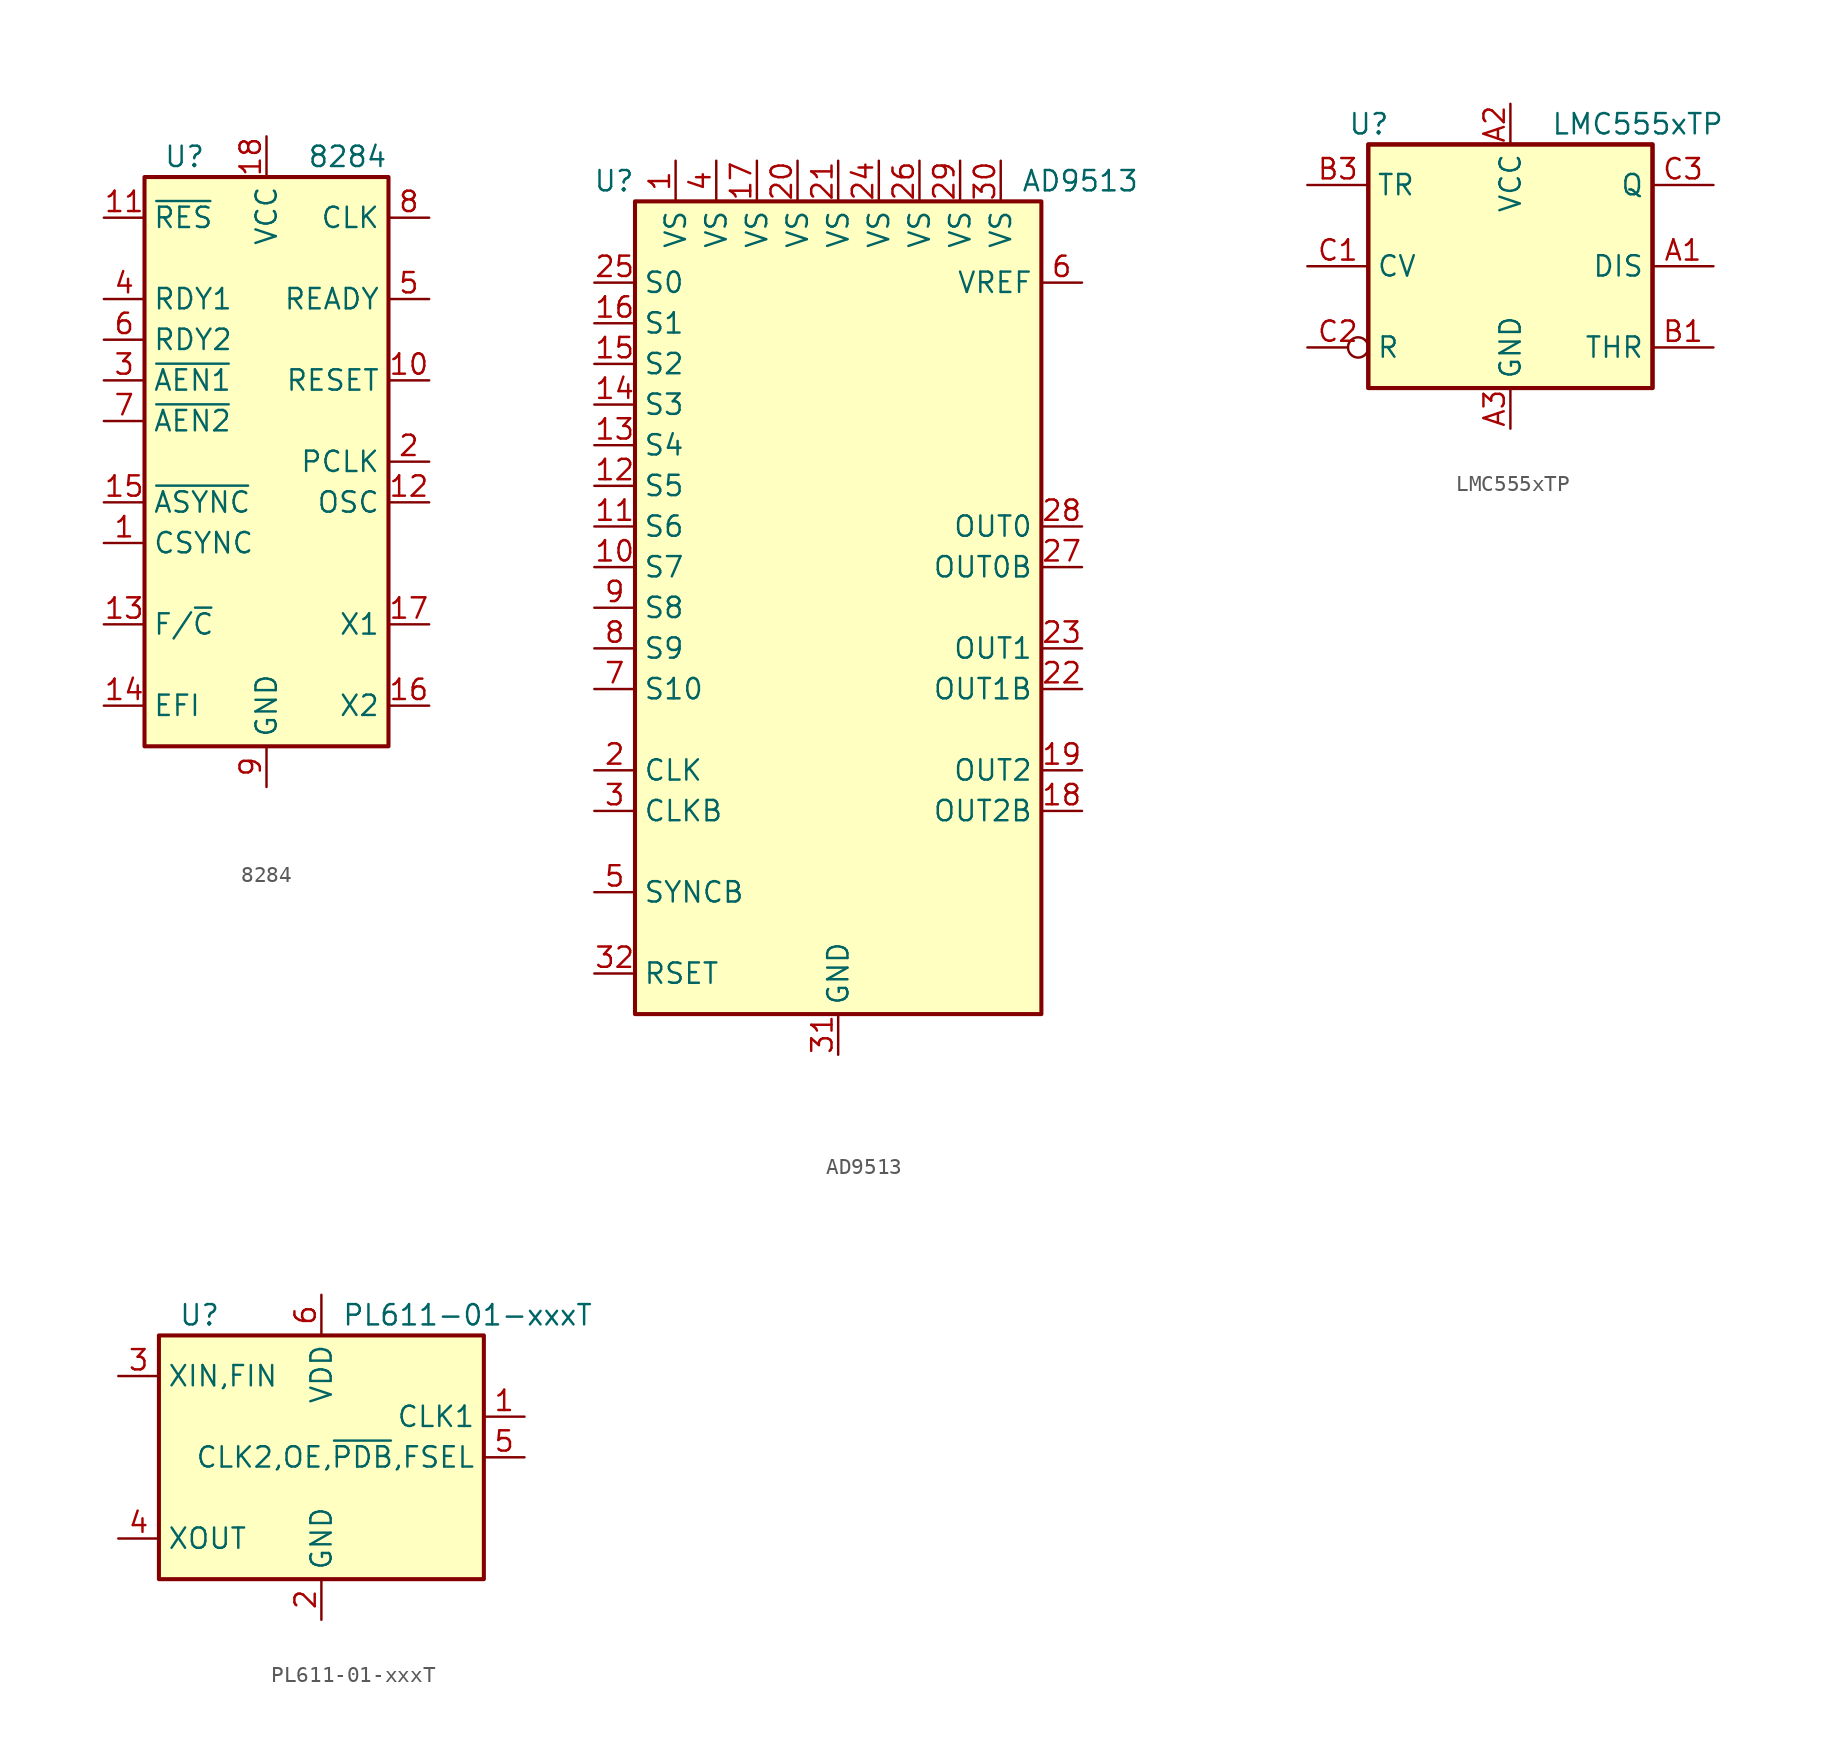
<source format=kicad_sym>
(kicad_symbol_lib
  (version 20201005)
  (generator kicad_symbol_editor)
  (symbol "Timer:8284"
    (property "Reference" "U"
      (at -3.81 19.05 0)
      (effects (font (size 1.27 1.27)) (justify right)))
    (property "Value" "8284"
      (at 2.54 19.05 0)
      (effects (font (size 1.27 1.27)) (justify left)))
    (symbol "8284_0_0"
      (rectangle (start -7.62 -17.78) (end 7.62 17.78) (stroke (width 0.254)) (fill (type background))))
    (symbol "8284_1_1"
      (pin input line (at -10.16 -5.08 0) (length 2.54) (name "CSYNC" (effects (font (size 1.27 1.27)))) (number "1" (effects (font (size 1.27 1.27)))))
      (pin output line (at 10.16 5.08 180) (length 2.54) (name "RESET" (effects (font (size 1.27 1.27)))) (number "10" (effects (font (size 1.27 1.27)))))
      (pin input line (at -10.16 15.24 0) (length 2.54) (name "~RES" (effects (font (size 1.27 1.27)))) (number "11" (effects (font (size 1.27 1.27)))))
      (pin output line (at 10.16 -2.54 180) (length 2.54) (name "OSC" (effects (font (size 1.27 1.27)))) (number "12" (effects (font (size 1.27 1.27)))))
      (pin input line (at -10.16 -10.16 0) (length 2.54) (name "F/~C" (effects (font (size 1.27 1.27)))) (number "13" (effects (font (size 1.27 1.27)))))
      (pin input line (at -10.16 -15.24 0) (length 2.54) (name "EFI" (effects (font (size 1.27 1.27)))) (number "14" (effects (font (size 1.27 1.27)))))
      (pin input line (at -10.16 -2.54 0) (length 2.54) (name "~ASYNC" (effects (font (size 1.27 1.27)))) (number "15" (effects (font (size 1.27 1.27)))))
      (pin output line (at 10.16 -15.24 180) (length 2.54) (name "X2" (effects (font (size 1.27 1.27)))) (number "16" (effects (font (size 1.27 1.27)))))
      (pin input line (at 10.16 -10.16 180) (length 2.54) (name "X1" (effects (font (size 1.27 1.27)))) (number "17" (effects (font (size 1.27 1.27)))))
      (pin power_in line (at 0 20.32 270) (length 2.54) (name "VCC" (effects (font (size 1.27 1.27)))) (number "18" (effects (font (size 1.27 1.27)))))
      (pin output line (at 10.16 0 180) (length 2.54) (name "PCLK" (effects (font (size 1.27 1.27)))) (number "2" (effects (font (size 1.27 1.27)))))
      (pin input line (at -10.16 5.08 0) (length 2.54) (name "~AEN1" (effects (font (size 1.27 1.27)))) (number "3" (effects (font (size 1.27 1.27)))))
      (pin input line (at -10.16 10.16 0) (length 2.54) (name "RDY1" (effects (font (size 1.27 1.27)))) (number "4" (effects (font (size 1.27 1.27)))))
      (pin output line (at 10.16 10.16 180) (length 2.54) (name "READY" (effects (font (size 1.27 1.27)))) (number "5" (effects (font (size 1.27 1.27)))))
      (pin input line (at -10.16 7.62 0) (length 2.54) (name "RDY2" (effects (font (size 1.27 1.27)))) (number "6" (effects (font (size 1.27 1.27)))))
      (pin input line (at -10.16 2.54 0) (length 2.54) (name "~AEN2" (effects (font (size 1.27 1.27)))) (number "7" (effects (font (size 1.27 1.27)))))
      (pin output line (at 10.16 15.24 180) (length 2.54) (name "CLK" (effects (font (size 1.27 1.27)))) (number "8" (effects (font (size 1.27 1.27)))))
      (pin power_in line (at 0 -20.32 90) (length 2.54) (name "GND" (effects (font (size 1.27 1.27)))) (number "9" (effects (font (size 1.27 1.27)))))))
  (symbol "Timer:AD9513"
    (property "Reference" "U"
      (at -12.7 26.67 0)
      (effects (font (size 1.27 1.27)) (justify right)))
    (property "Value" "AD9513"
      (at 11.43 26.67 0)
      (effects (font (size 1.27 1.27)) (justify left)))
    (symbol "AD9513_0_1"
      (rectangle (start -12.7 25.4) (end 12.7 -25.4) (stroke (width 0.254)) (fill (type background))))
    (symbol "AD9513_1_1"
      (pin power_in line (at -10.16 27.94 270) (length 2.54) (name "VS" (effects (font (size 1.27 1.27)))) (number "1" (effects (font (size 1.27 1.27)))))
      (pin input line (at -15.24 2.54 0) (length 2.54) (name "S7" (effects (font (size 1.27 1.27)))) (number "10" (effects (font (size 1.27 1.27)))))
      (pin input line (at -15.24 5.08 0) (length 2.54) (name "S6" (effects (font (size 1.27 1.27)))) (number "11" (effects (font (size 1.27 1.27)))))
      (pin input line (at -15.24 7.62 0) (length 2.54) (name "S5" (effects (font (size 1.27 1.27)))) (number "12" (effects (font (size 1.27 1.27)))))
      (pin input line (at -15.24 10.16 0) (length 2.54) (name "S4" (effects (font (size 1.27 1.27)))) (number "13" (effects (font (size 1.27 1.27)))))
      (pin input line (at -15.24 12.7 0) (length 2.54) (name "S3" (effects (font (size 1.27 1.27)))) (number "14" (effects (font (size 1.27 1.27)))))
      (pin input line (at -15.24 15.24 0) (length 2.54) (name "S2" (effects (font (size 1.27 1.27)))) (number "15" (effects (font (size 1.27 1.27)))))
      (pin input line (at -15.24 17.78 0) (length 2.54) (name "S1" (effects (font (size 1.27 1.27)))) (number "16" (effects (font (size 1.27 1.27)))))
      (pin power_in line (at -5.08 27.94 270) (length 2.54) (name "VS" (effects (font (size 1.27 1.27)))) (number "17" (effects (font (size 1.27 1.27)))))
      (pin output line (at 15.24 -12.7 180) (length 2.54) (name "OUT2B" (effects (font (size 1.27 1.27)))) (number "18" (effects (font (size 1.27 1.27)))))
      (pin output line (at 15.24 -10.16 180) (length 2.54) (name "OUT2" (effects (font (size 1.27 1.27)))) (number "19" (effects (font (size 1.27 1.27)))))
      (pin input line (at -15.24 -10.16 0) (length 2.54) (name "CLK" (effects (font (size 1.27 1.27)))) (number "2" (effects (font (size 1.27 1.27)))))
      (pin power_in line (at -2.54 27.94 270) (length 2.54) (name "VS" (effects (font (size 1.27 1.27)))) (number "20" (effects (font (size 1.27 1.27)))))
      (pin power_in line (at 0 27.94 270) (length 2.54) (name "VS" (effects (font (size 1.27 1.27)))) (number "21" (effects (font (size 1.27 1.27)))))
      (pin output line (at 15.24 -5.08 180) (length 2.54) (name "OUT1B" (effects (font (size 1.27 1.27)))) (number "22" (effects (font (size 1.27 1.27)))))
      (pin output line (at 15.24 -2.54 180) (length 2.54) (name "OUT1" (effects (font (size 1.27 1.27)))) (number "23" (effects (font (size 1.27 1.27)))))
      (pin power_in line (at 2.54 27.94 270) (length 2.54) (name "VS" (effects (font (size 1.27 1.27)))) (number "24" (effects (font (size 1.27 1.27)))))
      (pin input line (at -15.24 20.32 0) (length 2.54) (name "S0" (effects (font (size 1.27 1.27)))) (number "25" (effects (font (size 1.27 1.27)))))
      (pin power_in line (at 5.08 27.94 270) (length 2.54) (name "VS" (effects (font (size 1.27 1.27)))) (number "26" (effects (font (size 1.27 1.27)))))
      (pin output line (at 15.24 2.54 180) (length 2.54) (name "OUT0B" (effects (font (size 1.27 1.27)))) (number "27" (effects (font (size 1.27 1.27)))))
      (pin output line (at 15.24 5.08 180) (length 2.54) (name "OUT0" (effects (font (size 1.27 1.27)))) (number "28" (effects (font (size 1.27 1.27)))))
      (pin power_in line (at 7.62 27.94 270) (length 2.54) (name "VS" (effects (font (size 1.27 1.27)))) (number "29" (effects (font (size 1.27 1.27)))))
      (pin input line (at -15.24 -12.7 0) (length 2.54) (name "CLKB" (effects (font (size 1.27 1.27)))) (number "3" (effects (font (size 1.27 1.27)))))
      (pin power_in line (at 10.16 27.94 270) (length 2.54) (name "VS" (effects (font (size 1.27 1.27)))) (number "30" (effects (font (size 1.27 1.27)))))
      (pin power_in line (at 0 -27.94 90) (length 2.54) (name "GND" (effects (font (size 1.27 1.27)))) (number "31" (effects (font (size 1.27 1.27)))))
      (pin passive line (at -15.24 -22.86 0) (length 2.54) (name "RSET" (effects (font (size 1.27 1.27)))) (number "32" (effects (font (size 1.27 1.27)))))
      (pin passive line (at 0 -27.94 90) (length 2.54) hide (name "GND" (effects (font (size 1.27 1.27)))) (number "33" (effects (font (size 1.27 1.27)))))
      (pin power_in line (at -7.62 27.94 270) (length 2.54) (name "VS" (effects (font (size 1.27 1.27)))) (number "4" (effects (font (size 1.27 1.27)))))
      (pin input line (at -15.24 -17.78 0) (length 2.54) (name "SYNCB" (effects (font (size 1.27 1.27)))) (number "5" (effects (font (size 1.27 1.27)))))
      (pin power_out line (at 15.24 20.32 180) (length 2.54) (name "VREF" (effects (font (size 1.27 1.27)))) (number "6" (effects (font (size 1.27 1.27)))))
      (pin input line (at -15.24 -5.08 0) (length 2.54) (name "S10" (effects (font (size 1.27 1.27)))) (number "7" (effects (font (size 1.27 1.27)))))
      (pin input line (at -15.24 -2.54 0) (length 2.54) (name "S9" (effects (font (size 1.27 1.27)))) (number "8" (effects (font (size 1.27 1.27)))))
      (pin input line (at -15.24 0 0) (length 2.54) (name "S8" (effects (font (size 1.27 1.27)))) (number "9" (effects (font (size 1.27 1.27)))))))
  (symbol "Timer:LMC555xTP"
    (property "Reference" "U"
      (at -10.16 8.89 0)
      (effects (font (size 1.27 1.27)) (justify left)))
    (property "Value" "LMC555xTP"
      (at 2.54 8.89 0)
      (effects (font (size 1.27 1.27)) (justify left)))
    (symbol "LMC555xTP_0_0"
      (pin power_in line (at 0 10.16 270) (length 2.54) (name "VCC" (effects (font (size 1.27 1.27)))) (number "A2" (effects (font (size 1.27 1.27)))))
      (pin power_in line (at 0 -10.16 90) (length 2.54) (name "GND" (effects (font (size 1.27 1.27)))) (number "A3" (effects (font (size 1.27 1.27))))))
    (symbol "LMC555xTP_0_1"
      (rectangle (start -8.89 -7.62) (end 8.89 7.62) (stroke (width 0.254)) (fill (type background)))
      (rectangle (start -8.89 -7.62) (end 8.89 7.62) (stroke (width 0.254)) (fill (type background))))
    (symbol "LMC555xTP_1_1"
      (pin input line (at 12.7 0 180) (length 3.81) (name "DIS" (effects (font (size 1.27 1.27)))) (number "A1" (effects (font (size 1.27 1.27)))))
      (pin input line (at 12.7 -5.08 180) (length 3.81) (name "THR" (effects (font (size 1.27 1.27)))) (number "B1" (effects (font (size 1.27 1.27)))))
      (pin input line (at -12.7 5.08 0) (length 3.81) (name "TR" (effects (font (size 1.27 1.27)))) (number "B3" (effects (font (size 1.27 1.27)))))
      (pin input line (at -12.7 0 0) (length 3.81) (name "CV" (effects (font (size 1.27 1.27)))) (number "C1" (effects (font (size 1.27 1.27)))))
      (pin input inverted (at -12.7 -5.08 0) (length 3.81) (name "R" (effects (font (size 1.27 1.27)))) (number "C2" (effects (font (size 1.27 1.27)))))
      (pin output line (at 12.7 5.08 180) (length 3.81) (name "Q" (effects (font (size 1.27 1.27)))) (number "C3" (effects (font (size 1.27 1.27)))))))
  (symbol "Timer:PL611-01-xxxT"
    (property "Reference" "U"
      (at -7.62 8.89 0)
      (effects (font (size 1.27 1.27))))
    (property "Value" "PL611-01-xxxT"
      (at 1.27 8.89 0)
      (effects (font (size 1.27 1.27)) (justify left)))
    (symbol "PL611-01-xxxT_0_1"
      (rectangle (start -10.16 7.62) (end 10.16 -7.62) (stroke (width 0.254)) (fill (type background))))
    (symbol "PL611-01-xxxT_1_1"
      (pin output line (at 12.7 2.54 180) (length 2.54) (name "CLK1" (effects (font (size 1.27 1.27)))) (number "1" (effects (font (size 1.27 1.27)))))
      (pin power_in line (at 0 -10.16 90) (length 2.54) (name "GND" (effects (font (size 1.27 1.27)))) (number "2" (effects (font (size 1.27 1.27)))))
      (pin input line (at -12.7 5.08 0) (length 2.54) (name "XIN,FIN" (effects (font (size 1.27 1.27)))) (number "3" (effects (font (size 1.27 1.27)))))
      (pin output line (at -12.7 -5.08 0) (length 2.54) (name "XOUT" (effects (font (size 1.27 1.27)))) (number "4" (effects (font (size 1.27 1.27)))))
      (pin bidirectional line (at 12.7 0 180) (length 2.54) (name "CLK2,OE,~PDB~,FSEL" (effects (font (size 1.27 1.27)))) (number "5" (effects (font (size 1.27 1.27)))))
      (pin power_in line (at 0 10.16 270) (length 2.54) (name "VDD" (effects (font (size 1.27 1.27)))) (number "6" (effects (font (size 1.27 1.27))))))))
</source>
